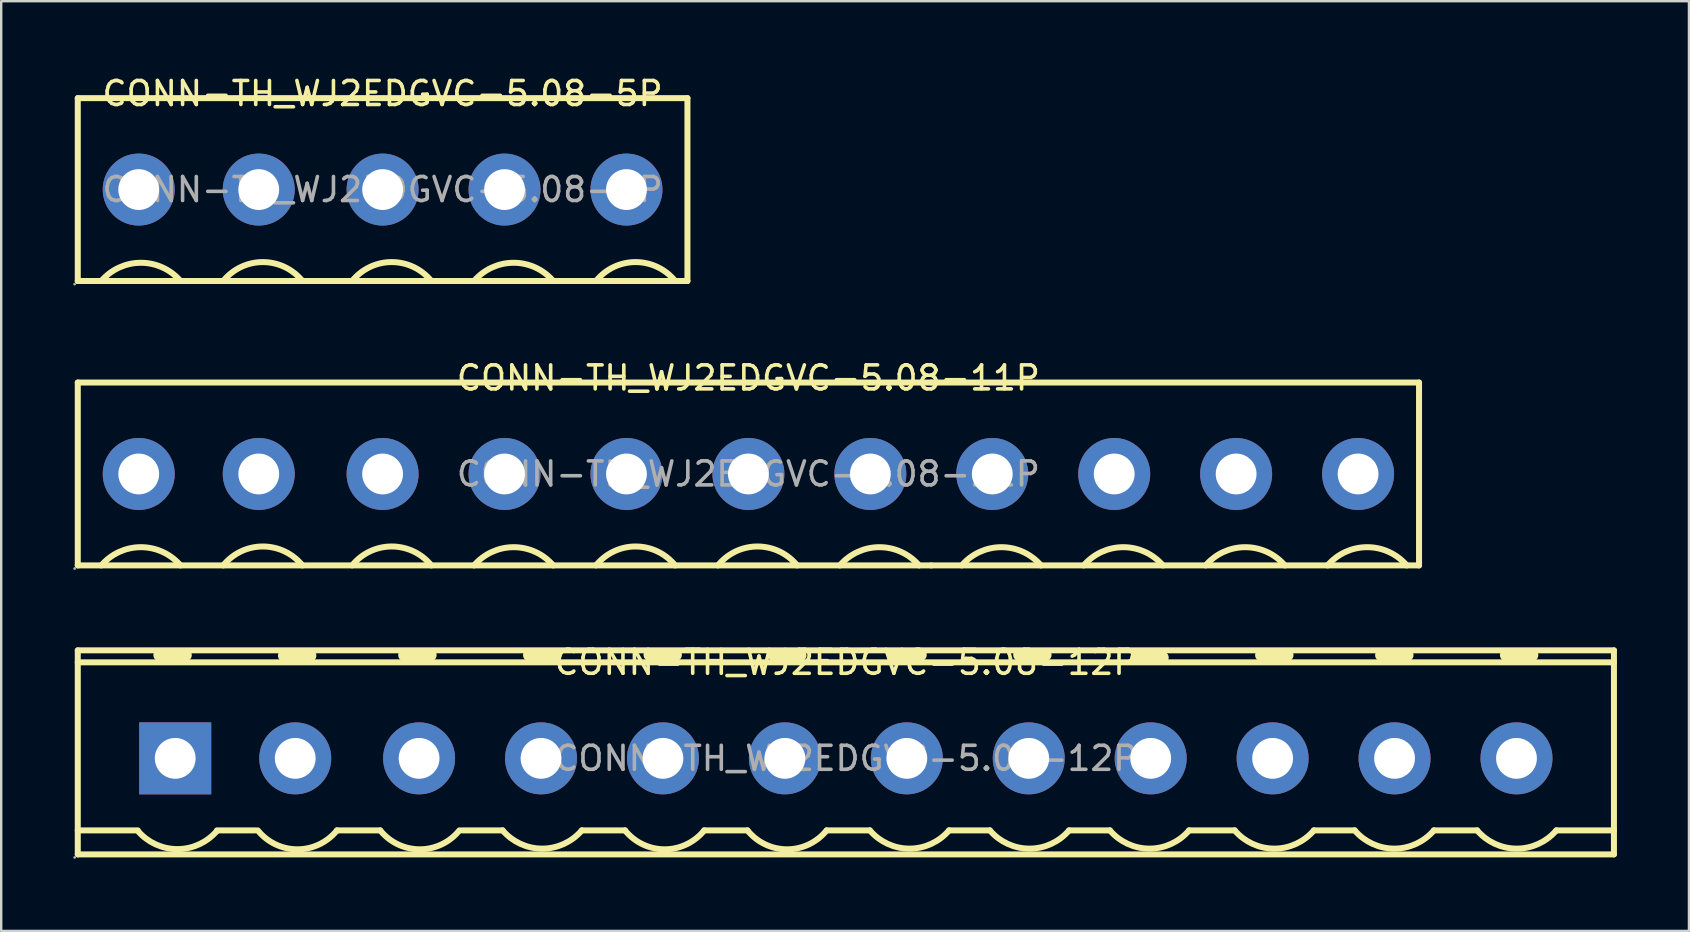
<source format=kicad_pcb>
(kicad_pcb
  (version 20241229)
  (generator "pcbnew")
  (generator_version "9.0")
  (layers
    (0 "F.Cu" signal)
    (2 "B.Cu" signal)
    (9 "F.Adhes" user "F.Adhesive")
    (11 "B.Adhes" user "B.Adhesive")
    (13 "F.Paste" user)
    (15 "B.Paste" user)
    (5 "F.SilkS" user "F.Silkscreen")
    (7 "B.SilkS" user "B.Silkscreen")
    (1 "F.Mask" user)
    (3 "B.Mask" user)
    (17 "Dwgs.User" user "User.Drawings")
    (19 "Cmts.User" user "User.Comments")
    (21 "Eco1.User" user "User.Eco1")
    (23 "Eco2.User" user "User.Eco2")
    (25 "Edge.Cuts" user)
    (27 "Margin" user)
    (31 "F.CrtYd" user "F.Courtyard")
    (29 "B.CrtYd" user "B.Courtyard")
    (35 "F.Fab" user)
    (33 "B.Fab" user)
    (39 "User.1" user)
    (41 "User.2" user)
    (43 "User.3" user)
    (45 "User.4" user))
  (footprint "CONN-TH_WJ2EDGVC-5.08-12P"
    (layer "F.Cu")
    (at 32.19 28.545)
    (property "Reference" "CONN-TH_WJ2EDGVC-5.08-12P" (at 0 -4 0) (layer "F.SilkS") (effects (font (size 1 1) (thickness 0.15))))
    (attr through_hole)
    (fp_line (start -32 -4.5) (end -32 4) (stroke (width 0.25) (type solid)) (layer "F.SilkS"))
    (fp_line (start -32 -4.5) (end 32 -4.5) (stroke (width 0.25) (type solid)) (layer "F.SilkS"))
    (fp_line (start -32 -4) (end 32 -4) (stroke (width 0.25) (type solid)) (layer "F.SilkS"))
    (fp_line (start -29.5 3) (end -32 3) (stroke (width 0.25) (type solid)) (layer "F.SilkS"))
    (fp_line (start -28.6 -4.3) (end -27.5 -4.3) (stroke (width 0.5) (type solid)) (layer "F.SilkS"))
    (fp_line (start -26.2 3) (end -24.6 3) (stroke (width 0.25) (type solid)) (layer "F.SilkS"))
    (fp_line (start -23.41 -4.28) (end -22.31 -4.28) (stroke (width 0.5) (type solid)) (layer "F.SilkS"))
    (fp_line (start -21.2 3) (end -19.4 3) (stroke (width 0.25) (type solid)) (layer "F.SilkS"))
    (fp_line (start -18.4 -4.3) (end -17.3 -4.3) (stroke (width 0.5) (type solid)) (layer "F.SilkS"))
    (fp_line (start -16 3) (end -14.3 3) (stroke (width 0.25) (type solid)) (layer "F.SilkS"))
    (fp_line (start -13.2 -4.3) (end -12.1 -4.3) (stroke (width 0.5) (type solid)) (layer "F.SilkS"))
    (fp_line (start -11 3) (end -9.2 3) (stroke (width 0.25) (type solid)) (layer "F.SilkS"))
    (fp_line (start -8.18 -4.31) (end -7.08 -4.31) (stroke (width 0.5) (type solid)) (layer "F.SilkS"))
    (fp_line (start -5.9 3) (end -4.1 3) (stroke (width 0.25) (type solid)) (layer "F.SilkS"))
    (fp_line (start -2.99 -4.29) (end -1.89 -4.29) (stroke (width 0.5) (type solid)) (layer "F.SilkS"))
    (fp_line (start -0.8 3) (end 1 3) (stroke (width 0.25) (type solid)) (layer "F.SilkS"))
    (fp_line (start 2.02 -4.31) (end 3.12 -4.31) (stroke (width 0.5) (type solid)) (layer "F.SilkS"))
    (fp_line (start 4.3 3) (end 6 3) (stroke (width 0.25) (type solid)) (layer "F.SilkS"))
    (fp_line (start 7.22 -4.31) (end 8.32 -4.31) (stroke (width 0.5) (type solid)) (layer "F.SilkS"))
    (fp_line (start 9.3 3) (end 11 3) (stroke (width 0.25) (type solid)) (layer "F.SilkS"))
    (fp_line (start 12.1 -4.2) (end 13.2 -4.2) (stroke (width 0.5) (type solid)) (layer "F.SilkS"))
    (fp_line (start 14.3 3) (end 16.2 3) (stroke (width 0.25) (type solid)) (layer "F.SilkS"))
    (fp_line (start 17.3 -4.3) (end 18.4 -4.3) (stroke (width 0.5) (type solid)) (layer "F.SilkS"))
    (fp_line (start 19.5 3) (end 21.2 3) (stroke (width 0.25) (type solid)) (layer "F.SilkS"))
    (fp_line (start 22.3 -4.3) (end 23.4 -4.3) (stroke (width 0.5) (type solid)) (layer "F.SilkS"))
    (fp_line (start 24.5 3) (end 26.3 3) (stroke (width 0.25) (type solid)) (layer "F.SilkS"))
    (fp_line (start 27.5 -4.3) (end 28.6 -4.3) (stroke (width 0.5) (type solid)) (layer "F.SilkS"))
    (fp_line (start 29.6 3) (end 32 3) (stroke (width 0.25) (type solid)) (layer "F.SilkS"))
    (fp_line (start 32 4) (end -32 4) (stroke (width 0.25) (type solid)) (layer "F.SilkS"))
    (fp_line (start 32 4) (end 32 -4.5) (stroke (width 0.25) (type solid)) (layer "F.SilkS"))
    (fp_arc (start -26.2 3.02) (mid -27.850394 3.780392) (end -29.500511 3.019401) (stroke (width 0.25) (type solid)) (layer "F.SilkS"))
    (fp_arc (start -21.2 3) (mid -22.849109 3.789292) (end -24.498881 3.001386) (stroke (width 0.25) (type solid)) (layer "F.SilkS"))
    (fp_arc (start -16.1 3) (mid -17.749109 3.789292) (end -19.398881 3.001386) (stroke (width 0.25) (type solid)) (layer "F.SilkS"))
    (fp_arc (start -11 3) (mid -12.650394 3.760392) (end -14.300511 2.999401) (stroke (width 0.25) (type solid)) (layer "F.SilkS"))
    (fp_arc (start -5.9 3) (mid -7.549109 3.789292) (end -9.198881 3.001386) (stroke (width 0.25) (type solid)) (layer "F.SilkS"))
    (fp_arc (start -0.8 3) (mid -2.449109 3.789292) (end -4.098881 3.001386) (stroke (width 0.25) (type solid)) (layer "F.SilkS"))
    (fp_arc (start 4.3 3) (mid 2.649606 3.760392) (end 0.999489 2.999401) (stroke (width 0.25) (type solid)) (layer "F.SilkS"))
    (fp_arc (start 9.3 3) (mid 7.649606 3.760392) (end 5.999489 2.999401) (stroke (width 0.25) (type solid)) (layer "F.SilkS"))
    (fp_arc (start 14.3 3) (mid 12.649606 3.760392) (end 10.999489 2.999401) (stroke (width 0.25) (type solid)) (layer "F.SilkS"))
    (fp_arc (start 19.5 3) (mid 17.849606 3.760392) (end 16.199489 2.999401) (stroke (width 0.25) (type solid)) (layer "F.SilkS"))
    (fp_arc (start 24.5 3) (mid 22.849606 3.760392) (end 21.199489 2.999401) (stroke (width 0.25) (type solid)) (layer "F.SilkS"))
    (fp_arc (start 29.6 3) (mid 27.949606 3.760392) (end 26.299489 2.999401) (stroke (width 0.25) (type solid)) (layer "F.SilkS"))
    (fp_circle (center -32.13 4.13) (end -32.1 4.13) (stroke (width 0.06) (type solid)) (fill no) (layer "F.Fab"))
    (fp_circle (center -27.94 0) (end -27.56 0) (stroke (width 0.75) (type solid)) (fill no) (layer "F.Fab"))
    (fp_circle (center -22.94 0) (end -22.56 0) (stroke (width 0.75) (type solid)) (fill no) (layer "F.Fab"))
    (fp_circle (center -17.78 0) (end -17.4 0) (stroke (width 0.75) (type solid)) (fill no) (layer "F.Fab"))
    (fp_circle (center -12.7 0) (end -12.32 0) (stroke (width 0.75) (type solid)) (fill no) (layer "F.Fab"))
    (fp_circle (center -7.62 0) (end -7.24 0) (stroke (width 0.75) (type solid)) (fill no) (layer "F.Fab"))
    (fp_circle (center -2.54 0) (end -2.16 0) (stroke (width 0.75) (type solid)) (fill no) (layer "F.Fab"))
    (fp_circle (center 2.54 0) (end 2.92 0) (stroke (width 0.75) (type solid)) (fill no) (layer "F.Fab"))
    (fp_circle (center 7.62 0) (end 8 0) (stroke (width 0.75) (type solid)) (fill no) (layer "F.Fab"))
    (fp_circle (center 12.7 0) (end 13.08 0) (stroke (width 0.75) (type solid)) (fill no) (layer "F.Fab"))
    (fp_circle (center 17.78 0) (end 18.16 0) (stroke (width 0.75) (type solid)) (fill no) (layer "F.Fab"))
    (fp_circle (center 22.86 0) (end 23.24 0) (stroke (width 0.75) (type solid)) (fill no) (layer "F.Fab"))
    (fp_circle (center 27.94 0) (end 28.32 0) (stroke (width 0.75) (type solid)) (fill no) (layer "F.Fab"))
    (fp_text user "${REFERENCE}" (at 0 0 0) (layer "F.Fab") (effects (font (size 1 1) (thickness 0.15))))
    (pad "1" thru_hole rect (at -27.94 0) (size 3 3) (drill 1.7) (layers "*.Cu" "*.Paste" "*.Mask"))
    (pad "2" thru_hole circle (at -22.94 0) (size 3 3) (drill 1.7) (layers "*.Cu" "*.Paste" "*.Mask"))
    (pad "3" thru_hole circle (at -17.78 0) (size 3 3) (drill 1.7) (layers "*.Cu" "*.Paste" "*.Mask"))
    (pad "4" thru_hole circle (at -12.7 0) (size 3 3) (drill 1.7) (layers "*.Cu" "*.Paste" "*.Mask"))
    (pad "5" thru_hole circle (at -7.62 0) (size 3 3) (drill 1.7) (layers "*.Cu" "*.Paste" "*.Mask"))
    (pad "6" thru_hole circle (at -2.54 0) (size 3 3) (drill 1.7) (layers "*.Cu" "*.Paste" "*.Mask"))
    (pad "7" thru_hole circle (at 2.54 0) (size 3 3) (drill 1.7) (layers "*.Cu" "*.Paste" "*.Mask"))
    (pad "8" thru_hole circle (at 7.62 0) (size 3 3) (drill 1.7) (layers "*.Cu" "*.Paste" "*.Mask"))
    (pad "9" thru_hole circle (at 12.7 0) (size 3 3) (drill 1.7) (layers "*.Cu" "*.Paste" "*.Mask"))
    (pad "10" thru_hole circle (at 17.78 0) (size 3 3) (drill 1.7) (layers "*.Cu" "*.Paste" "*.Mask"))
    (pad "11" thru_hole circle (at 22.86 0) (size 3 3) (drill 1.7) (layers "*.Cu" "*.Paste" "*.Mask"))
    (pad "12" thru_hole circle (at 27.94 0) (size 3 3) (drill 1.7) (layers "*.Cu" "*.Paste" "*.Mask")))
  (footprint "CONN-TH_WJ2EDGVC-5.08-11P"
    (layer "F.Cu")
    (at 28.13 16.697)
    (property "Reference" "CONN-TH_WJ2EDGVC-5.08-11P" (at 0 -4 0) (layer "F.SilkS") (effects (font (size 1 1) (thickness 0.15))))
    (attr through_hole)
    (fp_line (start -27.94 -3.81) (end -27.94 3.81) (stroke (width 0.25) (type solid)) (layer "F.SilkS"))
    (fp_line (start -27.94 -3.81) (end 7.62 -3.81) (stroke (width 0.25) (type solid)) (layer "F.SilkS"))
    (fp_line (start 7.62 -3.81) (end 27.94 -3.81) (stroke (width 0.25) (type solid)) (layer "F.SilkS"))
    (fp_line (start 7.62 3.81) (end -27.94 3.81) (stroke (width 0.25) (type solid)) (layer "F.SilkS"))
    (fp_line (start 7.62 3.81) (end 27.94 3.81) (stroke (width 0.25) (type solid)) (layer "F.SilkS"))
    (fp_line (start 27.94 -3.81) (end 27.94 3.81) (stroke (width 0.25) (type solid)) (layer "F.SilkS"))
    (fp_arc (start -26.960511 3.810599) (mid -25.310394 3.049609) (end -23.66 3.81) (stroke (width 0.25) (type solid)) (layer "F.SilkS"))
    (fp_arc (start -21.878881 3.808614) (mid -20.229109 3.020709) (end -18.58 3.81) (stroke (width 0.25) (type solid)) (layer "F.SilkS"))
    (fp_arc (start -16.508881 3.808614) (mid -14.859109 3.020709) (end -13.21 3.81) (stroke (width 0.25) (type solid)) (layer "F.SilkS"))
    (fp_arc (start -11.430511 3.810599) (mid -9.780394 3.049609) (end -8.13 3.81) (stroke (width 0.25) (type solid)) (layer "F.SilkS"))
    (fp_arc (start -6.348881 3.808614) (mid -4.699109 3.020709) (end -3.05 3.81) (stroke (width 0.25) (type solid)) (layer "F.SilkS"))
    (fp_arc (start -1.268881 3.808614) (mid 0.380891 3.020709) (end 2.03 3.81) (stroke (width 0.25) (type solid)) (layer "F.SilkS"))
    (fp_arc (start 3.809489 3.810599) (mid 5.459606 3.049609) (end 7.11 3.81) (stroke (width 0.25) (type solid)) (layer "F.SilkS"))
    (fp_arc (start 8.889489 3.810599) (mid 10.539606 3.049609) (end 12.19 3.81) (stroke (width 0.25) (type solid)) (layer "F.SilkS"))
    (fp_arc (start 13.969489 3.810599) (mid 15.619606 3.049609) (end 17.27 3.81) (stroke (width 0.25) (type solid)) (layer "F.SilkS"))
    (fp_arc (start 19.049489 3.810599) (mid 20.699606 3.049609) (end 22.35 3.81) (stroke (width 0.25) (type solid)) (layer "F.SilkS"))
    (fp_arc (start 24.129489 3.810599) (mid 25.779606 3.049609) (end 27.43 3.81) (stroke (width 0.25) (type solid)) (layer "F.SilkS"))
    (fp_circle (center -28.07 3.94) (end -28.04 3.94) (stroke (width 0.06) (type solid)) (fill no) (layer "F.Fab"))
    (fp_circle (center -25.4 0) (end -25.02 0) (stroke (width 0.75) (type solid)) (fill no) (layer "F.Fab"))
    (fp_circle (center -20.4 0) (end -20.02 0) (stroke (width 0.75) (type solid)) (fill no) (layer "F.Fab"))
    (fp_circle (center -15.24 0) (end -14.86 0) (stroke (width 0.75) (type solid)) (fill no) (layer "F.Fab"))
    (fp_circle (center -10.16 0) (end -9.78 0) (stroke (width 0.75) (type solid)) (fill no) (layer "F.Fab"))
    (fp_circle (center -5.08 0) (end -4.7 0) (stroke (width 0.75) (type solid)) (fill no) (layer "F.Fab"))
    (fp_circle (center 0 0) (end 0.38 0) (stroke (width 0.75) (type solid)) (fill no) (layer "F.Fab"))
    (fp_circle (center 5.08 0) (end 5.46 0) (stroke (width 0.75) (type solid)) (fill no) (layer "F.Fab"))
    (fp_circle (center 10.16 0) (end 10.54 0) (stroke (width 0.75) (type solid)) (fill no) (layer "F.Fab"))
    (fp_circle (center 15.24 0) (end 15.62 0) (stroke (width 0.75) (type solid)) (fill no) (layer "F.Fab"))
    (fp_circle (center 20.32 0) (end 20.7 0) (stroke (width 0.75) (type solid)) (fill no) (layer "F.Fab"))
    (fp_circle (center 25.4 0) (end 25.78 0) (stroke (width 0.75) (type solid)) (fill no) (layer "F.Fab"))
    (fp_text user "${REFERENCE}" (at 0 0 0) (layer "F.Fab") (effects (font (size 1 1) (thickness 0.15))))
    (pad "1" thru_hole circle (at -25.4 0) (size 3 3) (drill 1.7) (layers "*.Cu" "*.Paste" "*.Mask"))
    (pad "2" thru_hole circle (at -20.4 0) (size 3 3) (drill 1.7) (layers "*.Cu" "*.Paste" "*.Mask"))
    (pad "3" thru_hole circle (at -15.24 0) (size 3 3) (drill 1.7) (layers "*.Cu" "*.Paste" "*.Mask"))
    (pad "4" thru_hole circle (at -10.16 0) (size 3 3) (drill 1.7) (layers "*.Cu" "*.Paste" "*.Mask"))
    (pad "5" thru_hole circle (at -5.08 0) (size 3 3) (drill 1.7) (layers "*.Cu" "*.Paste" "*.Mask"))
    (pad "6" thru_hole circle (at 0 0) (size 3 3) (drill 1.7) (layers "*.Cu" "*.Paste" "*.Mask"))
    (pad "7" thru_hole circle (at 5.08 0) (size 3 3) (drill 1.7) (layers "*.Cu" "*.Paste" "*.Mask"))
    (pad "8" thru_hole circle (at 10.16 0) (size 3 3) (drill 1.7) (layers "*.Cu" "*.Paste" "*.Mask"))
    (pad "9" thru_hole circle (at 15.24 0) (size 3 3) (drill 1.7) (layers "*.Cu" "*.Paste" "*.Mask"))
    (pad "10" thru_hole circle (at 20.32 0) (size 3 3) (drill 1.7) (layers "*.Cu" "*.Paste" "*.Mask"))
    (pad "11" thru_hole circle (at 25.4 0) (size 3 3) (drill 1.7) (layers "*.Cu" "*.Paste" "*.Mask")))
  (footprint "CONN-TH_WJ2EDGVC-5.08-5P"
    (layer "F.Cu")
    (at 12.89 4.848)
    (property "Reference" "CONN-TH_WJ2EDGVC-5.08-5P" (at 0 -4 0) (layer "F.SilkS") (effects (font (size 1 1) (thickness 0.15))))
    (attr through_hole)
    (fp_line (start -12.7 -3.81) (end -12.7 3.81) (stroke (width 0.25) (type solid)) (layer "F.SilkS"))
    (fp_line (start -12.7 -3.81) (end 12.7 -3.81) (stroke (width 0.25) (type solid)) (layer "F.SilkS"))
    (fp_line (start -12.7 3.81) (end 12.7 3.81) (stroke (width 0.25) (type solid)) (layer "F.SilkS"))
    (fp_line (start 12.7 -3.81) (end 12.7 3.81) (stroke (width 0.25) (type solid)) (layer "F.SilkS"))
    (fp_arc (start -11.720511 3.810599) (mid -10.070394 3.049609) (end -8.42 3.81) (stroke (width 0.25) (type solid)) (layer "F.SilkS"))
    (fp_arc (start -6.638881 3.808614) (mid -4.989109 3.020709) (end -3.34 3.81) (stroke (width 0.25) (type solid)) (layer "F.SilkS"))
    (fp_arc (start -1.268881 3.808614) (mid 0.380891 3.020709) (end 2.03 3.81) (stroke (width 0.25) (type solid)) (layer "F.SilkS"))
    (fp_arc (start 3.809489 3.810599) (mid 5.459606 3.049609) (end 7.11 3.81) (stroke (width 0.25) (type solid)) (layer "F.SilkS"))
    (fp_arc (start 8.891119 3.808614) (mid 10.540891 3.020709) (end 12.19 3.81) (stroke (width 0.25) (type solid)) (layer "F.SilkS"))
    (fp_circle (center -12.83 3.94) (end -12.8 3.94) (stroke (width 0.06) (type solid)) (fill no) (layer "F.Fab"))
    (fp_circle (center -10.16 0) (end -9.78 0) (stroke (width 0.75) (type solid)) (fill no) (layer "F.Fab"))
    (fp_circle (center -5.16 0) (end -4.78 0) (stroke (width 0.75) (type solid)) (fill no) (layer "F.Fab"))
    (fp_circle (center 0 0) (end 0.38 0) (stroke (width 0.75) (type solid)) (fill no) (layer "F.Fab"))
    (fp_circle (center 5.08 0) (end 5.46 0) (stroke (width 0.75) (type solid)) (fill no) (layer "F.Fab"))
    (fp_circle (center 10.16 0) (end 10.54 0) (stroke (width 0.75) (type solid)) (fill no) (layer "F.Fab"))
    (fp_text user "${REFERENCE}" (at 0 0 0) (layer "F.Fab") (effects (font (size 1 1) (thickness 0.15))))
    (pad "1" thru_hole circle (at -10.16 0) (size 3 3) (drill 1.7) (layers "*.Cu" "*.Paste" "*.Mask"))
    (pad "2" thru_hole circle (at -5.16 0) (size 3 3) (drill 1.7) (layers "*.Cu" "*.Paste" "*.Mask"))
    (pad "3" thru_hole circle (at 0 0) (size 3 3) (drill 1.7) (layers "*.Cu" "*.Paste" "*.Mask"))
    (pad "4" thru_hole circle (at 5.08 0) (size 3 3) (drill 1.7) (layers "*.Cu" "*.Paste" "*.Mask"))
    (pad "5" thru_hole circle (at 10.16 0) (size 3 3) (drill 1.7) (layers "*.Cu" "*.Paste" "*.Mask")))
  (gr_rect
    (start -3 -3)
    (end 67.315 35.735)
    (stroke (width 0.1) (type default))
    (fill no)
    (layer "Edge.Cuts")))
</source>
